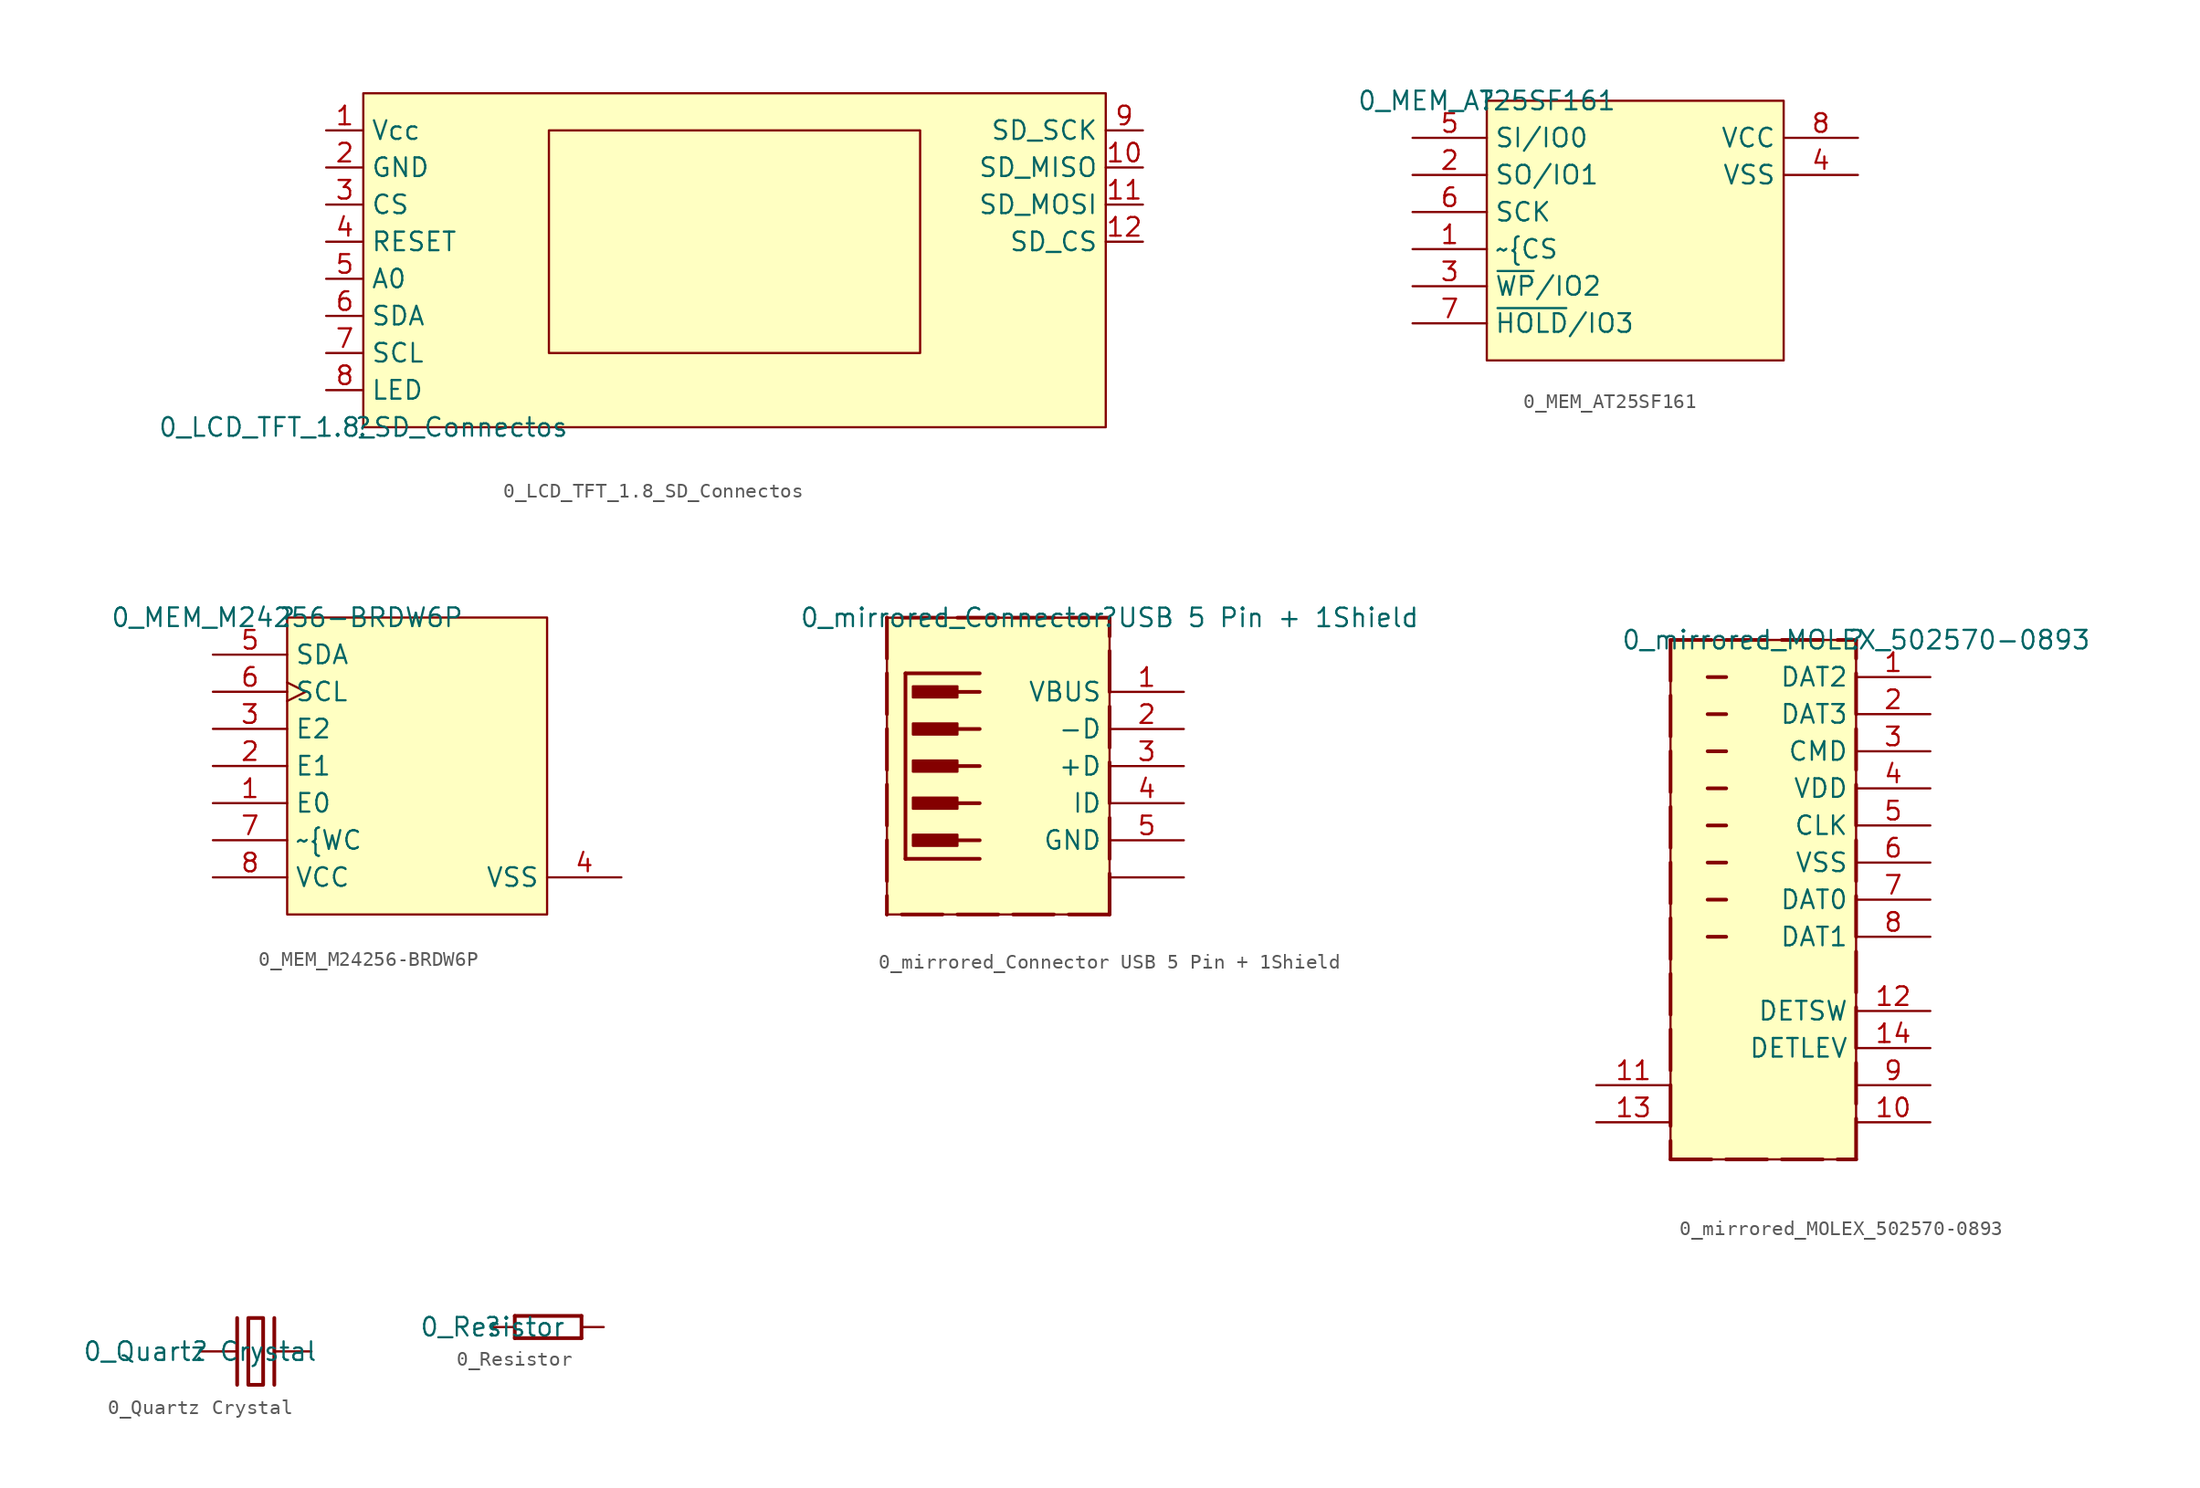
<source format=kicad_sym>
(kicad_symbol_lib
  (version 20220331)
  (generator kicad_symbol_editor)
  (symbol "0_LCD_TFT_1.8_SD_Connectos"
    (property "Reference" ""
      (at 0 0 0)
      (effects (font (size 1.27 1.27))))
    (property "Value" "0_LCD_TFT_1.8_SD_Connectos"
      (at 0 0 0)
      (effects (font (size 1.27 1.27))))
    (symbol "0_LCD_TFT_1.8_SD_Connectos_1_0"
      (rectangle (start 38.1 20.32) (end 12.7 5.08) (stroke (width 0) (type solid)) (fill (type background)))
      (rectangle (start 50.8 22.86) (end 0 0) (stroke (width 0) (type solid)) (fill (type background)))
      (pin power_in line (at -2.54 20.32 0) (length 2.54) (name "Vcc" (effects (font (size 1.27 1.27)))) (number "1" (effects (font (size 1.27 1.27)))))
      (pin input line (at 53.34 17.78 180) (length 2.54) (name "SD_MISO" (effects (font (size 1.27 1.27)))) (number "10" (effects (font (size 1.27 1.27)))))
      (pin input line (at 53.34 15.24 180) (length 2.54) (name "SD_MOSI" (effects (font (size 1.27 1.27)))) (number "11" (effects (font (size 1.27 1.27)))))
      (pin input line (at 53.34 12.7 180) (length 2.54) (name "SD_CS" (effects (font (size 1.27 1.27)))) (number "12" (effects (font (size 1.27 1.27)))))
      (pin power_in line (at -2.54 17.78 0) (length 2.54) (name "GND" (effects (font (size 1.27 1.27)))) (number "2" (effects (font (size 1.27 1.27)))))
      (pin input line (at -2.54 15.24 0) (length 2.54) (name "CS" (effects (font (size 1.27 1.27)))) (number "3" (effects (font (size 1.27 1.27)))))
      (pin input line (at -2.54 12.7 0) (length 2.54) (name "RESET" (effects (font (size 1.27 1.27)))) (number "4" (effects (font (size 1.27 1.27)))))
      (pin input line (at -2.54 10.16 0) (length 2.54) (name "A0" (effects (font (size 1.27 1.27)))) (number "5" (effects (font (size 1.27 1.27)))))
      (pin bidirectional line (at -2.54 7.62 0) (length 2.54) (name "SDA" (effects (font (size 1.27 1.27)))) (number "6" (effects (font (size 1.27 1.27)))))
      (pin input line (at -2.54 5.08 0) (length 2.54) (name "SCL" (effects (font (size 1.27 1.27)))) (number "7" (effects (font (size 1.27 1.27)))))
      (pin input line (at -2.54 2.54 0) (length 2.54) (name "LED" (effects (font (size 1.27 1.27)))) (number "8" (effects (font (size 1.27 1.27)))))
      (pin input line (at 53.34 20.32 180) (length 2.54) (name "SD_SCK" (effects (font (size 1.27 1.27)))) (number "9" (effects (font (size 1.27 1.27)))))))
  (symbol "0_MEM_AT25SF161"
    (property "Reference" ""
      (at 0 0 0)
      (effects (font (size 1.27 1.27))))
    (property "Value" "0_MEM_AT25SF161"
      (at 0 0 0)
      (effects (font (size 1.27 1.27))))
    (symbol "0_MEM_AT25SF161_1_0"
      (rectangle (start 20.32 0) (end 0 -17.78) (stroke (width 0) (type solid)) (fill (type background)))
      (pin input line (at -5.08 -10.16 0) (length 5.08) (name "~{CS" (effects (font (size 1.27 1.27)))) (number "1" (effects (font (size 1.27 1.27)))))
      (pin bidirectional line (at -5.08 -5.08 0) (length 5.08) (name "SO/IO1" (effects (font (size 1.27 1.27)))) (number "2" (effects (font (size 1.27 1.27)))))
      (pin bidirectional line (at -5.08 -12.7 0) (length 5.08) (name "~{WP}/IO2" (effects (font (size 1.27 1.27)))) (number "3" (effects (font (size 1.27 1.27)))))
      (pin power_in line (at 25.4 -5.08 180) (length 5.08) (name "VSS" (effects (font (size 1.27 1.27)))) (number "4" (effects (font (size 1.27 1.27)))))
      (pin bidirectional line (at -5.08 -2.54 0) (length 5.08) (name "SI/IO0" (effects (font (size 1.27 1.27)))) (number "5" (effects (font (size 1.27 1.27)))))
      (pin input line (at -5.08 -7.62 0) (length 5.08) (name "SCK" (effects (font (size 1.27 1.27)))) (number "6" (effects (font (size 1.27 1.27)))))
      (pin bidirectional line (at -5.08 -15.24 0) (length 5.08) (name "~{HOLD}/IO3" (effects (font (size 1.27 1.27)))) (number "7" (effects (font (size 1.27 1.27)))))
      (pin power_in line (at 25.4 -2.54 180) (length 5.08) (name "VCC" (effects (font (size 1.27 1.27)))) (number "8" (effects (font (size 1.27 1.27)))))))
  (symbol "0_MEM_M24256-BRDW6P"
    (property "Reference" ""
      (at 0 0 0)
      (effects (font (size 1.27 1.27))))
    (property "Value" "0_MEM_M24256-BRDW6P"
      (at 0 0 0)
      (effects (font (size 1.27 1.27))))
    (symbol "0_MEM_M24256-BRDW6P_1_0"
      (rectangle (start 17.78 0) (end 0 -20.32) (stroke (width 0) (type solid)) (fill (type background)))
      (pin input line (at -5.08 -12.7 0) (length 5.08) (name "E0" (effects (font (size 1.27 1.27)))) (number "1" (effects (font (size 1.27 1.27)))))
      (pin input line (at -5.08 -10.16 0) (length 5.08) (name "E1" (effects (font (size 1.27 1.27)))) (number "2" (effects (font (size 1.27 1.27)))))
      (pin input line (at -5.08 -7.62 0) (length 5.08) (name "E2" (effects (font (size 1.27 1.27)))) (number "3" (effects (font (size 1.27 1.27)))))
      (pin power_in line (at 22.86 -17.78 180) (length 5.08) (name "VSS" (effects (font (size 1.27 1.27)))) (number "4" (effects (font (size 1.27 1.27)))))
      (pin bidirectional line (at -5.08 -2.54 0) (length 5.08) (name "SDA" (effects (font (size 1.27 1.27)))) (number "5" (effects (font (size 1.27 1.27)))))
      (pin input clock (at -5.08 -5.08 0) (length 5.08) (name "SCL" (effects (font (size 1.27 1.27)))) (number "6" (effects (font (size 1.27 1.27)))))
      (pin input line (at -5.08 -15.24 0) (length 5.08) (name "~{WC" (effects (font (size 1.27 1.27)))) (number "7" (effects (font (size 1.27 1.27)))))
      (pin power_in line (at -5.08 -17.78 0) (length 5.08) (name "VCC" (effects (font (size 1.27 1.27)))) (number "8" (effects (font (size 1.27 1.27)))))))
  (symbol "0_mirrored_Connector USB 5 Pin + 1Shield"
    (property "Reference" ""
      (at 0 0 0)
      (effects (font (size 1.27 1.27))))
    (property "Value" "0_mirrored_Connector USB 5 Pin + 1Shield"
      (at 0 0 0)
      (effects (font (size 1.27 1.27))))
    (symbol "0_mirrored_Connector USB 5 Pin + 1Shield_1_0"
      (rectangle (start -10.414 -14.859) (end -13.462 -15.621) (stroke (width 0) (type solid)) (fill (type outline)))
      (rectangle (start -10.414 -12.319) (end -13.462 -13.081) (stroke (width 0) (type solid)) (fill (type outline)))
      (rectangle (start -10.414 -9.779) (end -13.462 -10.541) (stroke (width 0) (type solid)) (fill (type outline)))
      (rectangle (start -10.414 -7.239) (end -13.462 -8.001) (stroke (width 0) (type solid)) (fill (type outline)))
      (rectangle (start -10.414 -4.699) (end -13.462 -5.461) (stroke (width 0) (type solid)) (fill (type outline)))
      (rectangle (start 0 0) (end -15.24 -20.32) (stroke (width 0) (type solid)) (fill (type background)))
      (polyline (pts (xy -15.24 0) (xy -15.24 -20.32)) (stroke (width 0.254) (type dash)) (fill (type none)))
      (polyline (pts (xy -13.97 -16.51) (xy -13.97 -3.81)) (stroke (width 0.254) (type solid)) (fill (type none)))
      (polyline (pts (xy -8.89 -16.51) (xy -13.97 -16.51)) (stroke (width 0.254) (type solid)) (fill (type none)))
      (polyline (pts (xy -8.89 -15.24) (xy -11.43 -15.24)) (stroke (width 0.254) (type solid)) (fill (type none)))
      (polyline (pts (xy -8.89 -12.7) (xy -11.43 -12.7)) (stroke (width 0.254) (type solid)) (fill (type none)))
      (polyline (pts (xy -8.89 -10.16) (xy -11.43 -10.16)) (stroke (width 0.254) (type solid)) (fill (type none)))
      (polyline (pts (xy -8.89 -7.62) (xy -11.43 -7.62)) (stroke (width 0.254) (type solid)) (fill (type none)))
      (polyline (pts (xy -8.89 -5.08) (xy -11.43 -5.08)) (stroke (width 0.254) (type solid)) (fill (type none)))
      (polyline (pts (xy -8.89 -3.81) (xy -13.97 -3.81)) (stroke (width 0.254) (type solid)) (fill (type none)))
      (polyline (pts (xy 0 -20.32) (xy -15.24 -20.32)) (stroke (width 0.254) (type dash)) (fill (type none)))
      (polyline (pts (xy 0 -20.32) (xy 0 0)) (stroke (width 0.254) (type dash)) (fill (type none)))
      (polyline (pts (xy 0 0) (xy -15.24 0)) (stroke (width 0.254) (type dash)) (fill (type none)))
      (pin power_in line (at 5.08 -5.08 180) (length 5.08) (name "VBUS" (effects (font (size 1.27 1.27)))) (number "1" (effects (font (size 1.27 1.27)))))
      (pin bidirectional line (at 5.08 -7.62 180) (length 5.08) (name "-D" (effects (font (size 1.27 1.27)))) (number "2" (effects (font (size 1.27 1.27)))))
      (pin bidirectional line (at 5.08 -10.16 180) (length 5.08) (name "+D" (effects (font (size 1.27 1.27)))) (number "3" (effects (font (size 1.27 1.27)))))
      (pin passive line (at 5.08 -12.7 180) (length 5.08) (name "ID" (effects (font (size 1.27 1.27)))) (number "4" (effects (font (size 1.27 1.27)))))
      (pin power_in line (at 5.08 -15.24 180) (length 5.08) (name "GND" (effects (font (size 1.27 1.27)))) (number "5" (effects (font (size 1.27 1.27)))))
      (pin power_in line (at 5.08 -17.78 180) (length 5.08) (name "SH" (effects (font (size 0 0)))) (number "6" (effects (font (size 0 0)))))))
  (symbol "0_mirrored_MOLEX_502570-0893"
    (property "Reference" ""
      (at 0 0 0)
      (effects (font (size 1.27 1.27))))
    (property "Value" "0_mirrored_MOLEX_502570-0893"
      (at 0 0 0)
      (effects (font (size 1.27 1.27))))
    (symbol "0_mirrored_MOLEX_502570-0893_1_0"
      (rectangle (start 0 0) (end -12.7 -35.56) (stroke (width 0) (type solid)) (fill (type background)))
      (polyline (pts (xy -12.7 -35.56) (xy 0 -35.56)) (stroke (width 0.254) (type dash)) (fill (type none)))
      (polyline (pts (xy -12.7 0) (xy -12.7 -35.56)) (stroke (width 0.254) (type dash)) (fill (type none)))
      (polyline (pts (xy -12.7 0) (xy 0 0)) (stroke (width 0.254) (type dash)) (fill (type none)))
      (polyline (pts (xy -8.89 -20.32) (xy -10.16 -20.32)) (stroke (width 0.254) (type solid)) (fill (type none)))
      (polyline (pts (xy -8.89 -17.78) (xy -10.16 -17.78)) (stroke (width 0.254) (type solid)) (fill (type none)))
      (polyline (pts (xy -8.89 -15.24) (xy -10.16 -15.24)) (stroke (width 0.254) (type solid)) (fill (type none)))
      (polyline (pts (xy -8.89 -12.7) (xy -10.16 -12.7)) (stroke (width 0.254) (type solid)) (fill (type none)))
      (polyline (pts (xy -8.89 -10.16) (xy -10.16 -10.16)) (stroke (width 0.254) (type solid)) (fill (type none)))
      (polyline (pts (xy -8.89 -7.62) (xy -10.16 -7.62)) (stroke (width 0.254) (type solid)) (fill (type none)))
      (polyline (pts (xy -8.89 -5.08) (xy -10.16 -5.08)) (stroke (width 0.254) (type solid)) (fill (type none)))
      (polyline (pts (xy -8.89 -2.54) (xy -10.16 -2.54)) (stroke (width 0.254) (type solid)) (fill (type none)))
      (polyline (pts (xy 0 -35.56) (xy 0 0)) (stroke (width 0.254) (type dash)) (fill (type none)))
      (pin bidirectional line (at 5.08 -2.54 180) (length 5.08) (name "DAT2" (effects (font (size 1.27 1.27)))) (number "1" (effects (font (size 1.27 1.27)))))
      (pin passive line (at 5.08 -33.02 180) (length 5.08) (name "10" (effects (font (size 0 0)))) (number "10" (effects (font (size 1.27 1.27)))))
      (pin passive line (at -17.78 -30.48 0) (length 5.08) (name "11" (effects (font (size 0 0)))) (number "11" (effects (font (size 1.27 1.27)))))
      (pin passive line (at 5.08 -25.4 180) (length 5.08) (name "DETSW" (effects (font (size 1.27 1.27)))) (number "12" (effects (font (size 1.27 1.27)))))
      (pin passive line (at -17.78 -33.02 0) (length 5.08) (name "13" (effects (font (size 0 0)))) (number "13" (effects (font (size 1.27 1.27)))))
      (pin passive line (at 5.08 -27.94 180) (length 5.08) (name "DETLEV" (effects (font (size 1.27 1.27)))) (number "14" (effects (font (size 1.27 1.27)))))
      (pin bidirectional line (at 5.08 -5.08 180) (length 5.08) (name "DAT3" (effects (font (size 1.27 1.27)))) (number "2" (effects (font (size 1.27 1.27)))))
      (pin bidirectional line (at 5.08 -7.62 180) (length 5.08) (name "CMD" (effects (font (size 1.27 1.27)))) (number "3" (effects (font (size 1.27 1.27)))))
      (pin power_in line (at 5.08 -10.16 180) (length 5.08) (name "VDD" (effects (font (size 1.27 1.27)))) (number "4" (effects (font (size 1.27 1.27)))))
      (pin output line (at 5.08 -12.7 180) (length 5.08) (name "CLK" (effects (font (size 1.27 1.27)))) (number "5" (effects (font (size 1.27 1.27)))))
      (pin power_in line (at 5.08 -15.24 180) (length 5.08) (name "VSS" (effects (font (size 1.27 1.27)))) (number "6" (effects (font (size 1.27 1.27)))))
      (pin bidirectional line (at 5.08 -17.78 180) (length 5.08) (name "DAT0" (effects (font (size 1.27 1.27)))) (number "7" (effects (font (size 1.27 1.27)))))
      (pin bidirectional line (at 5.08 -20.32 180) (length 5.08) (name "DAT1" (effects (font (size 1.27 1.27)))) (number "8" (effects (font (size 1.27 1.27)))))
      (pin passive line (at 5.08 -30.48 180) (length 5.08) (name "9" (effects (font (size 0 0)))) (number "9" (effects (font (size 1.27 1.27)))))))
  (symbol "0_Quartz Crystal"
    (property "Reference" ""
      (at 0 0 0)
      (effects (font (size 1.27 1.27))))
    (property "Value" "0_Quartz Crystal"
      (at 0 0 0)
      (effects (font (size 1.27 1.27))))
    (symbol "0_Quartz Crystal_1_0"
      (polyline (pts (xy 2.54 2.286) (xy 2.54 -2.286)) (stroke (width 0.254) (type solid)) (fill (type none)))
      (polyline (pts (xy 5.08 2.286) (xy 5.08 -2.286)) (stroke (width 0.254) (type solid)) (fill (type none)))
      (polyline (pts (xy 4.318 -2.286) (xy 3.302 -2.286) (xy 3.302 2.286) (xy 4.318 2.286) (xy 4.318 -2.286)) (stroke (width 0.254) (type solid)) (fill (type none)))
      (pin passive line (at 0 0 0) (length 2.54) (name "OSC1" (effects (font (size 0 0)))) (number "1" (effects (font (size 0 0)))))
      (pin passive line (at 7.62 0 180) (length 2.54) (name "OSC2" (effects (font (size 0 0)))) (number "2" (effects (font (size 0 0)))))))
  (symbol "0_Resistor"
    (property "Reference" ""
      (at 0 0 0)
      (effects (font (size 1.27 1.27))))
    (property "Value" "0_Resistor"
      (at 0 0 0)
      (effects (font (size 1.27 1.27))))
    (symbol "0_Resistor_1_0"
      (polyline (pts (xy 1.524 -0.762) (xy 6.096 -0.762)) (stroke (width 0.254) (type solid)) (fill (type none)))
      (polyline (pts (xy 1.524 0.762) (xy 1.524 -0.762)) (stroke (width 0.254) (type solid)) (fill (type none)))
      (polyline (pts (xy 6.096 -0.762) (xy 6.096 0.762)) (stroke (width 0.254) (type solid)) (fill (type none)))
      (polyline (pts (xy 6.096 0.762) (xy 1.524 0.762)) (stroke (width 0.254) (type solid)) (fill (type none)))
      (pin passive line (at 0 0 0) (length 1.524) (name "1" (effects (font (size 0 0)))) (number "1" (effects (font (size 0 0)))))
      (pin passive line (at 7.62 0 180) (length 1.524) (name "2" (effects (font (size 0 0)))) (number "2" (effects (font (size 0 0))))))))
</source>
